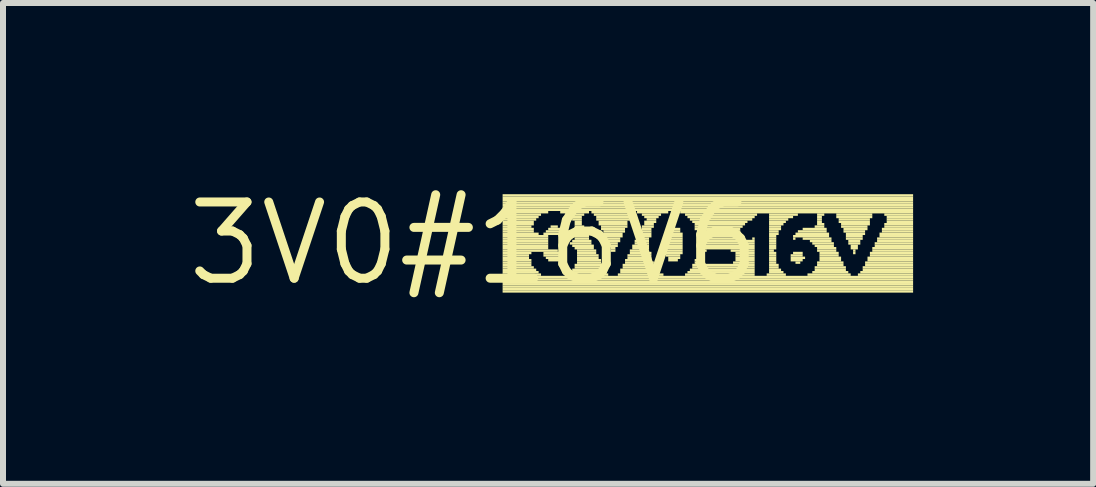
<source format=kicad_pcb>
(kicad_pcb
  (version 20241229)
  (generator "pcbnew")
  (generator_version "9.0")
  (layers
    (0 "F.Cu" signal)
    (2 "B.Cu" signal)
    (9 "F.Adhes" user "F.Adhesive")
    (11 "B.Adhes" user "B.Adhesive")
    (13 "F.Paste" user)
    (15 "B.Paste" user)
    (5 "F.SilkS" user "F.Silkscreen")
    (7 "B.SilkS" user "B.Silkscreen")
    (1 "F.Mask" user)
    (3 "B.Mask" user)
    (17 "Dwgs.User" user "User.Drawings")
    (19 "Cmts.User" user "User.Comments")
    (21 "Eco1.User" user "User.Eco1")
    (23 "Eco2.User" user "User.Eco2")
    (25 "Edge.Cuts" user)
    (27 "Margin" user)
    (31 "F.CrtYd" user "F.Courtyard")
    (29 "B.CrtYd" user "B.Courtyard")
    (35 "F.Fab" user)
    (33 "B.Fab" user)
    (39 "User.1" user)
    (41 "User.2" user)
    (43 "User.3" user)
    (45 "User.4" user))
  (footprint "3V0#16V6"
    (layer "F.Cu")
    (at 4.845 1.006)
    (property "Reference" "3V0#16V6" (at 0 0 0) (layer "F.SilkS") (effects (font (size 1.27 1.27) (thickness 0.15))))
    (fp_poly (pts (xy 0.48 -0.78) (xy 7.32 -0.78) (xy 7.32 -0.82) (xy 0.48 -0.82)) (stroke (width 0) (type solid)) (fill yes) (layer "F.SilkS"))
    (fp_poly (pts (xy 0.48 -0.74) (xy 7.32 -0.74) (xy 7.32 -0.78) (xy 0.48 -0.78)) (stroke (width 0) (type solid)) (fill yes) (layer "F.SilkS"))
    (fp_poly (pts (xy 0.48 -0.7) (xy 7.32 -0.7) (xy 7.32 -0.74) (xy 0.48 -0.74)) (stroke (width 0) (type solid)) (fill yes) (layer "F.SilkS"))
    (fp_poly (pts (xy 0.48 -0.66) (xy 7.32 -0.66) (xy 7.32 -0.7) (xy 0.48 -0.7)) (stroke (width 0) (type solid)) (fill yes) (layer "F.SilkS"))
    (fp_poly (pts (xy 0.48 -0.62) (xy 7.32 -0.62) (xy 7.32 -0.66) (xy 0.48 -0.66)) (stroke (width 0) (type solid)) (fill yes) (layer "F.SilkS"))
    (fp_poly (pts (xy 0.48 -0.58) (xy 7.32 -0.58) (xy 7.32 -0.62) (xy 0.48 -0.62)) (stroke (width 0) (type solid)) (fill yes) (layer "F.SilkS"))
    (fp_poly (pts (xy 0.48 -0.54) (xy 7.32 -0.54) (xy 7.32 -0.58) (xy 0.48 -0.58)) (stroke (width 0) (type solid)) (fill yes) (layer "F.SilkS"))
    (fp_poly (pts (xy 0.48 -0.5) (xy 1.24 -0.5) (xy 1.24 -0.54) (xy 0.48 -0.54)) (stroke (width 0) (type solid)) (fill yes) (layer "F.SilkS"))
    (fp_poly (pts (xy 0.48 -0.46) (xy 1.12 -0.46) (xy 1.12 -0.5) (xy 0.48 -0.5)) (stroke (width 0) (type solid)) (fill yes) (layer "F.SilkS"))
    (fp_poly (pts (xy 0.48 -0.42) (xy 1.08 -0.42) (xy 1.08 -0.46) (xy 0.48 -0.46)) (stroke (width 0) (type solid)) (fill yes) (layer "F.SilkS"))
    (fp_poly (pts (xy 0.48 -0.38) (xy 1.04 -0.38) (xy 1.04 -0.42) (xy 0.48 -0.42)) (stroke (width 0) (type solid)) (fill yes) (layer "F.SilkS"))
    (fp_poly (pts (xy 0.48 -0.34) (xy 1 -0.34) (xy 1 -0.38) (xy 0.48 -0.38)) (stroke (width 0) (type solid)) (fill yes) (layer "F.SilkS"))
    (fp_poly (pts (xy 0.48 -0.3) (xy 1 -0.3) (xy 1 -0.34) (xy 0.48 -0.34)) (stroke (width 0) (type solid)) (fill yes) (layer "F.SilkS"))
    (fp_poly (pts (xy 0.48 -0.26) (xy 0.96 -0.26) (xy 0.96 -0.3) (xy 0.48 -0.3)) (stroke (width 0) (type solid)) (fill yes) (layer "F.SilkS"))
    (fp_poly (pts (xy 0.48 -0.22) (xy 1 -0.22) (xy 1 -0.26) (xy 0.48 -0.26)) (stroke (width 0) (type solid)) (fill yes) (layer "F.SilkS"))
    (fp_poly (pts (xy 0.48 -0.18) (xy 1 -0.18) (xy 1 -0.22) (xy 0.48 -0.22)) (stroke (width 0) (type solid)) (fill yes) (layer "F.SilkS"))
    (fp_poly (pts (xy 0.48 -0.14) (xy 1.08 -0.14) (xy 1.08 -0.18) (xy 0.48 -0.18)) (stroke (width 0) (type solid)) (fill yes) (layer "F.SilkS"))
    (fp_poly (pts (xy 0.48 -0.1) (xy 1.24 -0.1) (xy 1.24 -0.14) (xy 0.48 -0.14)) (stroke (width 0) (type solid)) (fill yes) (layer "F.SilkS"))
    (fp_poly (pts (xy 0.48 -0.06) (xy 1.24 -0.06) (xy 1.24 -0.1) (xy 0.48 -0.1)) (stroke (width 0) (type solid)) (fill yes) (layer "F.SilkS"))
    (fp_poly (pts (xy 0.48 -0.02) (xy 1.24 -0.02) (xy 1.24 -0.06) (xy 0.48 -0.06)) (stroke (width 0) (type solid)) (fill yes) (layer "F.SilkS"))
    (fp_poly (pts (xy 0.48 0.02) (xy 1.24 0.02) (xy 1.24 -0.02) (xy 0.48 -0.02)) (stroke (width 0) (type solid)) (fill yes) (layer "F.SilkS"))
    (fp_poly (pts (xy 0.48 0.06) (xy 1.24 0.06) (xy 1.24 0.02) (xy 0.48 0.02)) (stroke (width 0) (type solid)) (fill yes) (layer "F.SilkS"))
    (fp_poly (pts (xy 0.48 0.1) (xy 1.24 0.1) (xy 1.24 0.06) (xy 0.48 0.06)) (stroke (width 0) (type solid)) (fill yes) (layer "F.SilkS"))
    (fp_poly (pts (xy 0.48 0.14) (xy 1.4 0.14) (xy 1.4 0.1) (xy 0.48 0.1)) (stroke (width 0) (type solid)) (fill yes) (layer "F.SilkS"))
    (fp_poly (pts (xy 0.48 0.18) (xy 0.96 0.18) (xy 0.96 0.14) (xy 0.48 0.14)) (stroke (width 0) (type solid)) (fill yes) (layer "F.SilkS"))
    (fp_poly (pts (xy 0.48 0.22) (xy 0.92 0.22) (xy 0.92 0.18) (xy 0.48 0.18)) (stroke (width 0) (type solid)) (fill yes) (layer "F.SilkS"))
    (fp_poly (pts (xy 0.48 0.26) (xy 0.92 0.26) (xy 0.92 0.22) (xy 0.48 0.22)) (stroke (width 0) (type solid)) (fill yes) (layer "F.SilkS"))
    (fp_poly (pts (xy 0.48 0.3) (xy 0.96 0.3) (xy 0.96 0.26) (xy 0.48 0.26)) (stroke (width 0) (type solid)) (fill yes) (layer "F.SilkS"))
    (fp_poly (pts (xy 0.48 0.34) (xy 0.96 0.34) (xy 0.96 0.3) (xy 0.48 0.3)) (stroke (width 0) (type solid)) (fill yes) (layer "F.SilkS"))
    (fp_poly (pts (xy 0.48 0.38) (xy 0.96 0.38) (xy 0.96 0.34) (xy 0.48 0.34)) (stroke (width 0) (type solid)) (fill yes) (layer "F.SilkS"))
    (fp_poly (pts (xy 0.48 0.42) (xy 1 0.42) (xy 1 0.38) (xy 0.48 0.38)) (stroke (width 0) (type solid)) (fill yes) (layer "F.SilkS"))
    (fp_poly (pts (xy 0.48 0.46) (xy 1.04 0.46) (xy 1.04 0.42) (xy 0.48 0.42)) (stroke (width 0) (type solid)) (fill yes) (layer "F.SilkS"))
    (fp_poly (pts (xy 0.48 0.5) (xy 1.08 0.5) (xy 1.08 0.46) (xy 0.48 0.46)) (stroke (width 0) (type solid)) (fill yes) (layer "F.SilkS"))
    (fp_poly (pts (xy 0.48 0.54) (xy 1.12 0.54) (xy 1.12 0.5) (xy 0.48 0.5)) (stroke (width 0) (type solid)) (fill yes) (layer "F.SilkS"))
    (fp_poly (pts (xy 0.48 0.58) (xy 7.32 0.58) (xy 7.32 0.54) (xy 0.48 0.54)) (stroke (width 0) (type solid)) (fill yes) (layer "F.SilkS"))
    (fp_poly (pts (xy 0.48 0.62) (xy 7.32 0.62) (xy 7.32 0.58) (xy 0.48 0.58)) (stroke (width 0) (type solid)) (fill yes) (layer "F.SilkS"))
    (fp_poly (pts (xy 0.48 0.66) (xy 7.32 0.66) (xy 7.32 0.62) (xy 0.48 0.62)) (stroke (width 0) (type solid)) (fill yes) (layer "F.SilkS"))
    (fp_poly (pts (xy 0.48 0.7) (xy 7.32 0.7) (xy 7.32 0.66) (xy 0.48 0.66)) (stroke (width 0) (type solid)) (fill yes) (layer "F.SilkS"))
    (fp_poly (pts (xy 0.48 0.74) (xy 7.32 0.74) (xy 7.32 0.7) (xy 0.48 0.7)) (stroke (width 0) (type solid)) (fill yes) (layer "F.SilkS"))
    (fp_poly (pts (xy 0.48 0.78) (xy 7.32 0.78) (xy 7.32 0.74) (xy 0.48 0.74)) (stroke (width 0) (type solid)) (fill yes) (layer "F.SilkS"))
    (fp_poly (pts (xy 0.48 0.82) (xy 7.32 0.82) (xy 7.32 0.78) (xy 0.48 0.78)) (stroke (width 0) (type solid)) (fill yes) (layer "F.SilkS"))
    (fp_poly (pts (xy 1.16 -0.14) (xy 1.44 -0.14) (xy 1.44 -0.18) (xy 1.16 -0.18)) (stroke (width 0) (type solid)) (fill yes) (layer "F.SilkS"))
    (fp_poly (pts (xy 1.16 0.18) (xy 1.48 0.18) (xy 1.48 0.14) (xy 1.16 0.14)) (stroke (width 0) (type solid)) (fill yes) (layer "F.SilkS"))
    (fp_poly (pts (xy 1.16 0.22) (xy 1.48 0.22) (xy 1.48 0.18) (xy 1.16 0.18)) (stroke (width 0) (type solid)) (fill yes) (layer "F.SilkS"))
    (fp_poly (pts (xy 1.2 -0.18) (xy 1.44 -0.18) (xy 1.44 -0.22) (xy 1.2 -0.22)) (stroke (width 0) (type solid)) (fill yes) (layer "F.SilkS"))
    (fp_poly (pts (xy 1.2 0.26) (xy 1.48 0.26) (xy 1.48 0.22) (xy 1.2 0.22)) (stroke (width 0) (type solid)) (fill yes) (layer "F.SilkS"))
    (fp_poly (pts (xy 1.24 -0.22) (xy 1.44 -0.22) (xy 1.44 -0.26) (xy 1.24 -0.26)) (stroke (width 0) (type solid)) (fill yes) (layer "F.SilkS"))
    (fp_poly (pts (xy 1.24 0.3) (xy 1.44 0.3) (xy 1.44 0.26) (xy 1.24 0.26)) (stroke (width 0) (type solid)) (fill yes) (layer "F.SilkS"))
    (fp_poly (pts (xy 1.28 -0.26) (xy 1.4 -0.26) (xy 1.4 -0.3) (xy 1.28 -0.3)) (stroke (width 0) (type solid)) (fill yes) (layer "F.SilkS"))
    (fp_poly (pts (xy 1.44 -0.5) (xy 1.92 -0.5) (xy 1.92 -0.54) (xy 1.44 -0.54)) (stroke (width 0) (type solid)) (fill yes) (layer "F.SilkS"))
    (fp_poly (pts (xy 1.52 -0.46) (xy 1.84 -0.46) (xy 1.84 -0.5) (xy 1.52 -0.5)) (stroke (width 0) (type solid)) (fill yes) (layer "F.SilkS"))
    (fp_poly (pts (xy 1.52 0.54) (xy 2.24 0.54) (xy 2.24 0.5) (xy 1.52 0.5)) (stroke (width 0) (type solid)) (fill yes) (layer "F.SilkS"))
    (fp_poly (pts (xy 1.6 -0.42) (xy 1.8 -0.42) (xy 1.8 -0.46) (xy 1.6 -0.46)) (stroke (width 0) (type solid)) (fill yes) (layer "F.SilkS"))
    (fp_poly (pts (xy 1.6 0.02) (xy 1.96 0.02) (xy 1.96 -0.02) (xy 1.6 -0.02)) (stroke (width 0) (type solid)) (fill yes) (layer "F.SilkS"))
    (fp_poly (pts (xy 1.6 0.5) (xy 2.2 0.5) (xy 2.2 0.46) (xy 1.6 0.46)) (stroke (width 0) (type solid)) (fill yes) (layer "F.SilkS"))
    (fp_poly (pts (xy 1.64 -0.38) (xy 1.8 -0.38) (xy 1.8 -0.42) (xy 1.64 -0.42)) (stroke (width 0) (type solid)) (fill yes) (layer "F.SilkS"))
    (fp_poly (pts (xy 1.64 -0.02) (xy 1.96 -0.02) (xy 1.96 -0.06) (xy 1.64 -0.06)) (stroke (width 0) (type solid)) (fill yes) (layer "F.SilkS"))
    (fp_poly (pts (xy 1.64 0.06) (xy 2 0.06) (xy 2 0.02) (xy 1.64 0.02)) (stroke (width 0) (type solid)) (fill yes) (layer "F.SilkS"))
    (fp_poly (pts (xy 1.64 0.46) (xy 2.2 0.46) (xy 2.2 0.42) (xy 1.64 0.42)) (stroke (width 0) (type solid)) (fill yes) (layer "F.SilkS"))
    (fp_poly (pts (xy 1.68 -0.34) (xy 1.8 -0.34) (xy 1.8 -0.38) (xy 1.68 -0.38)) (stroke (width 0) (type solid)) (fill yes) (layer "F.SilkS"))
    (fp_poly (pts (xy 1.68 -0.3) (xy 1.8 -0.3) (xy 1.8 -0.34) (xy 1.68 -0.34)) (stroke (width 0) (type solid)) (fill yes) (layer "F.SilkS"))
    (fp_poly (pts (xy 1.68 -0.26) (xy 1.84 -0.26) (xy 1.84 -0.3) (xy 1.68 -0.3)) (stroke (width 0) (type solid)) (fill yes) (layer "F.SilkS"))
    (fp_poly (pts (xy 1.68 -0.1) (xy 1.92 -0.1) (xy 1.92 -0.14) (xy 1.68 -0.14)) (stroke (width 0) (type solid)) (fill yes) (layer "F.SilkS"))
    (fp_poly (pts (xy 1.68 -0.06) (xy 1.92 -0.06) (xy 1.92 -0.1) (xy 1.68 -0.1)) (stroke (width 0) (type solid)) (fill yes) (layer "F.SilkS"))
    (fp_poly (pts (xy 1.68 0.1) (xy 2 0.1) (xy 2 0.06) (xy 1.68 0.06)) (stroke (width 0) (type solid)) (fill yes) (layer "F.SilkS"))
    (fp_poly (pts (xy 1.68 0.38) (xy 2.16 0.38) (xy 2.16 0.34) (xy 1.68 0.34)) (stroke (width 0) (type solid)) (fill yes) (layer "F.SilkS"))
    (fp_poly (pts (xy 1.68 0.42) (xy 2.16 0.42) (xy 2.16 0.38) (xy 1.68 0.38)) (stroke (width 0) (type solid)) (fill yes) (layer "F.SilkS"))
    (fp_poly (pts (xy 1.72 -0.22) (xy 1.84 -0.22) (xy 1.84 -0.26) (xy 1.72 -0.26)) (stroke (width 0) (type solid)) (fill yes) (layer "F.SilkS"))
    (fp_poly (pts (xy 1.72 -0.18) (xy 1.88 -0.18) (xy 1.88 -0.22) (xy 1.72 -0.22)) (stroke (width 0) (type solid)) (fill yes) (layer "F.SilkS"))
    (fp_poly (pts (xy 1.72 -0.14) (xy 1.88 -0.14) (xy 1.88 -0.18) (xy 1.72 -0.18)) (stroke (width 0) (type solid)) (fill yes) (layer "F.SilkS"))
    (fp_poly (pts (xy 1.72 0.14) (xy 2.04 0.14) (xy 2.04 0.1) (xy 1.72 0.1)) (stroke (width 0) (type solid)) (fill yes) (layer "F.SilkS"))
    (fp_poly (pts (xy 1.72 0.18) (xy 2.04 0.18) (xy 2.04 0.14) (xy 1.72 0.14)) (stroke (width 0) (type solid)) (fill yes) (layer "F.SilkS"))
    (fp_poly (pts (xy 1.72 0.22) (xy 2.08 0.22) (xy 2.08 0.18) (xy 1.72 0.18)) (stroke (width 0) (type solid)) (fill yes) (layer "F.SilkS"))
    (fp_poly (pts (xy 1.72 0.26) (xy 2.08 0.26) (xy 2.08 0.22) (xy 1.72 0.22)) (stroke (width 0) (type solid)) (fill yes) (layer "F.SilkS"))
    (fp_poly (pts (xy 1.72 0.3) (xy 2.12 0.3) (xy 2.12 0.26) (xy 1.72 0.26)) (stroke (width 0) (type solid)) (fill yes) (layer "F.SilkS"))
    (fp_poly (pts (xy 1.72 0.34) (xy 2.12 0.34) (xy 2.12 0.3) (xy 1.72 0.3)) (stroke (width 0) (type solid)) (fill yes) (layer "F.SilkS"))
    (fp_poly (pts (xy 1.96 -0.5) (xy 2.68 -0.5) (xy 2.68 -0.54) (xy 1.96 -0.54)) (stroke (width 0) (type solid)) (fill yes) (layer "F.SilkS"))
    (fp_poly (pts (xy 2 -0.46) (xy 2.64 -0.46) (xy 2.64 -0.5) (xy 2 -0.5)) (stroke (width 0) (type solid)) (fill yes) (layer "F.SilkS"))
    (fp_poly (pts (xy 2.04 -0.42) (xy 2.6 -0.42) (xy 2.6 -0.46) (xy 2.04 -0.46)) (stroke (width 0) (type solid)) (fill yes) (layer "F.SilkS"))
    (fp_poly (pts (xy 2.04 -0.38) (xy 2.6 -0.38) (xy 2.6 -0.42) (xy 2.04 -0.42)) (stroke (width 0) (type solid)) (fill yes) (layer "F.SilkS"))
    (fp_poly (pts (xy 2.08 -0.34) (xy 2.56 -0.34) (xy 2.56 -0.38) (xy 2.08 -0.38)) (stroke (width 0) (type solid)) (fill yes) (layer "F.SilkS"))
    (fp_poly (pts (xy 2.08 -0.3) (xy 2.56 -0.3) (xy 2.56 -0.34) (xy 2.08 -0.34)) (stroke (width 0) (type solid)) (fill yes) (layer "F.SilkS"))
    (fp_poly (pts (xy 2.12 -0.26) (xy 2.56 -0.26) (xy 2.56 -0.3) (xy 2.12 -0.3)) (stroke (width 0) (type solid)) (fill yes) (layer "F.SilkS"))
    (fp_poly (pts (xy 2.12 -0.22) (xy 2.52 -0.22) (xy 2.52 -0.26) (xy 2.12 -0.26)) (stroke (width 0) (type solid)) (fill yes) (layer "F.SilkS"))
    (fp_poly (pts (xy 2.16 -0.18) (xy 2.52 -0.18) (xy 2.52 -0.22) (xy 2.16 -0.22)) (stroke (width 0) (type solid)) (fill yes) (layer "F.SilkS"))
    (fp_poly (pts (xy 2.16 -0.14) (xy 2.48 -0.14) (xy 2.48 -0.18) (xy 2.16 -0.18)) (stroke (width 0) (type solid)) (fill yes) (layer "F.SilkS"))
    (fp_poly (pts (xy 2.16 -0.1) (xy 2.48 -0.1) (xy 2.48 -0.14) (xy 2.16 -0.14)) (stroke (width 0) (type solid)) (fill yes) (layer "F.SilkS"))
    (fp_poly (pts (xy 2.2 -0.06) (xy 2.44 -0.06) (xy 2.44 -0.1) (xy 2.2 -0.1)) (stroke (width 0) (type solid)) (fill yes) (layer "F.SilkS"))
    (fp_poly (pts (xy 2.2 -0.02) (xy 2.44 -0.02) (xy 2.44 -0.06) (xy 2.2 -0.06)) (stroke (width 0) (type solid)) (fill yes) (layer "F.SilkS"))
    (fp_poly (pts (xy 2.24 0.02) (xy 2.4 0.02) (xy 2.4 -0.02) (xy 2.24 -0.02)) (stroke (width 0) (type solid)) (fill yes) (layer "F.SilkS"))
    (fp_poly (pts (xy 2.24 0.06) (xy 2.4 0.06) (xy 2.4 0.02) (xy 2.24 0.02)) (stroke (width 0) (type solid)) (fill yes) (layer "F.SilkS"))
    (fp_poly (pts (xy 2.28 0.1) (xy 2.36 0.1) (xy 2.36 0.06) (xy 2.28 0.06)) (stroke (width 0) (type solid)) (fill yes) (layer "F.SilkS"))
    (fp_poly (pts (xy 2.28 0.14) (xy 2.36 0.14) (xy 2.36 0.1) (xy 2.28 0.1)) (stroke (width 0) (type solid)) (fill yes) (layer "F.SilkS"))
    (fp_poly (pts (xy 2.4 0.54) (xy 3.16 0.54) (xy 3.16 0.5) (xy 2.4 0.5)) (stroke (width 0) (type solid)) (fill yes) (layer "F.SilkS"))
    (fp_poly (pts (xy 2.44 0.46) (xy 3.04 0.46) (xy 3.04 0.42) (xy 2.44 0.42)) (stroke (width 0) (type solid)) (fill yes) (layer "F.SilkS"))
    (fp_poly (pts (xy 2.44 0.5) (xy 3.08 0.5) (xy 3.08 0.46) (xy 2.44 0.46)) (stroke (width 0) (type solid)) (fill yes) (layer "F.SilkS"))
    (fp_poly (pts (xy 2.48 0.38) (xy 3 0.38) (xy 3 0.34) (xy 2.48 0.34)) (stroke (width 0) (type solid)) (fill yes) (layer "F.SilkS"))
    (fp_poly (pts (xy 2.48 0.42) (xy 3.04 0.42) (xy 3.04 0.38) (xy 2.48 0.38)) (stroke (width 0) (type solid)) (fill yes) (layer "F.SilkS"))
    (fp_poly (pts (xy 2.52 0.3) (xy 2.96 0.3) (xy 2.96 0.26) (xy 2.52 0.26)) (stroke (width 0) (type solid)) (fill yes) (layer "F.SilkS"))
    (fp_poly (pts (xy 2.52 0.34) (xy 3 0.34) (xy 3 0.3) (xy 2.52 0.3)) (stroke (width 0) (type solid)) (fill yes) (layer "F.SilkS"))
    (fp_poly (pts (xy 2.56 0.22) (xy 2.96 0.22) (xy 2.96 0.18) (xy 2.56 0.18)) (stroke (width 0) (type solid)) (fill yes) (layer "F.SilkS"))
    (fp_poly (pts (xy 2.56 0.26) (xy 2.96 0.26) (xy 2.96 0.22) (xy 2.56 0.22)) (stroke (width 0) (type solid)) (fill yes) (layer "F.SilkS"))
    (fp_poly (pts (xy 2.6 0.14) (xy 2.92 0.14) (xy 2.92 0.1) (xy 2.6 0.1)) (stroke (width 0) (type solid)) (fill yes) (layer "F.SilkS"))
    (fp_poly (pts (xy 2.6 0.18) (xy 2.96 0.18) (xy 2.96 0.14) (xy 2.6 0.14)) (stroke (width 0) (type solid)) (fill yes) (layer "F.SilkS"))
    (fp_poly (pts (xy 2.64 0.06) (xy 2.92 0.06) (xy 2.92 0.02) (xy 2.64 0.02)) (stroke (width 0) (type solid)) (fill yes) (layer "F.SilkS"))
    (fp_poly (pts (xy 2.64 0.1) (xy 2.92 0.1) (xy 2.92 0.06) (xy 2.64 0.06)) (stroke (width 0) (type solid)) (fill yes) (layer "F.SilkS"))
    (fp_poly (pts (xy 2.68 -0.02) (xy 2.92 -0.02) (xy 2.92 -0.06) (xy 2.68 -0.06)) (stroke (width 0) (type solid)) (fill yes) (layer "F.SilkS"))
    (fp_poly (pts (xy 2.68 0.02) (xy 2.92 0.02) (xy 2.92 -0.02) (xy 2.68 -0.02)) (stroke (width 0) (type solid)) (fill yes) (layer "F.SilkS"))
    (fp_poly (pts (xy 2.72 -0.5) (xy 3.24 -0.5) (xy 3.24 -0.54) (xy 2.72 -0.54)) (stroke (width 0) (type solid)) (fill yes) (layer "F.SilkS"))
    (fp_poly (pts (xy 2.72 -0.1) (xy 2.96 -0.1) (xy 2.96 -0.14) (xy 2.72 -0.14)) (stroke (width 0) (type solid)) (fill yes) (layer "F.SilkS"))
    (fp_poly (pts (xy 2.72 -0.06) (xy 2.92 -0.06) (xy 2.92 -0.1) (xy 2.72 -0.1)) (stroke (width 0) (type solid)) (fill yes) (layer "F.SilkS"))
    (fp_poly (pts (xy 2.76 -0.18) (xy 2.96 -0.18) (xy 2.96 -0.22) (xy 2.76 -0.22)) (stroke (width 0) (type solid)) (fill yes) (layer "F.SilkS"))
    (fp_poly (pts (xy 2.76 -0.14) (xy 2.96 -0.14) (xy 2.96 -0.18) (xy 2.76 -0.18)) (stroke (width 0) (type solid)) (fill yes) (layer "F.SilkS"))
    (fp_poly (pts (xy 2.8 -0.46) (xy 3.12 -0.46) (xy 3.12 -0.5) (xy 2.8 -0.5)) (stroke (width 0) (type solid)) (fill yes) (layer "F.SilkS"))
    (fp_poly (pts (xy 2.8 -0.26) (xy 3 -0.26) (xy 3 -0.3) (xy 2.8 -0.3)) (stroke (width 0) (type solid)) (fill yes) (layer "F.SilkS"))
    (fp_poly (pts (xy 2.8 -0.22) (xy 2.96 -0.22) (xy 2.96 -0.26) (xy 2.8 -0.26)) (stroke (width 0) (type solid)) (fill yes) (layer "F.SilkS"))
    (fp_poly (pts (xy 2.84 -0.42) (xy 3.08 -0.42) (xy 3.08 -0.46) (xy 2.84 -0.46)) (stroke (width 0) (type solid)) (fill yes) (layer "F.SilkS"))
    (fp_poly (pts (xy 2.84 -0.34) (xy 3.04 -0.34) (xy 3.04 -0.38) (xy 2.84 -0.38)) (stroke (width 0) (type solid)) (fill yes) (layer "F.SilkS"))
    (fp_poly (pts (xy 2.84 -0.3) (xy 3 -0.3) (xy 3 -0.34) (xy 2.84 -0.34)) (stroke (width 0) (type solid)) (fill yes) (layer "F.SilkS"))
    (fp_poly (pts (xy 2.88 -0.38) (xy 3.04 -0.38) (xy 3.04 -0.42) (xy 2.88 -0.42)) (stroke (width 0) (type solid)) (fill yes) (layer "F.SilkS"))
    (fp_poly (pts (xy 3.2 -0.18) (xy 3.44 -0.18) (xy 3.44 -0.22) (xy 3.2 -0.22)) (stroke (width 0) (type solid)) (fill yes) (layer "F.SilkS"))
    (fp_poly (pts (xy 3.2 -0.14) (xy 3.48 -0.14) (xy 3.48 -0.18) (xy 3.2 -0.18)) (stroke (width 0) (type solid)) (fill yes) (layer "F.SilkS"))
    (fp_poly (pts (xy 3.2 -0.1) (xy 3.48 -0.1) (xy 3.48 -0.14) (xy 3.2 -0.14)) (stroke (width 0) (type solid)) (fill yes) (layer "F.SilkS"))
    (fp_poly (pts (xy 3.2 -0.06) (xy 3.48 -0.06) (xy 3.48 -0.1) (xy 3.2 -0.1)) (stroke (width 0) (type solid)) (fill yes) (layer "F.SilkS"))
    (fp_poly (pts (xy 3.2 -0.02) (xy 3.48 -0.02) (xy 3.48 -0.06) (xy 3.2 -0.06)) (stroke (width 0) (type solid)) (fill yes) (layer "F.SilkS"))
    (fp_poly (pts (xy 3.2 0.02) (xy 3.48 0.02) (xy 3.48 -0.02) (xy 3.2 -0.02)) (stroke (width 0) (type solid)) (fill yes) (layer "F.SilkS"))
    (fp_poly (pts (xy 3.2 0.06) (xy 3.48 0.06) (xy 3.48 0.02) (xy 3.2 0.02)) (stroke (width 0) (type solid)) (fill yes) (layer "F.SilkS"))
    (fp_poly (pts (xy 3.2 0.1) (xy 3.48 0.1) (xy 3.48 0.06) (xy 3.2 0.06)) (stroke (width 0) (type solid)) (fill yes) (layer "F.SilkS"))
    (fp_poly (pts (xy 3.2 0.14) (xy 3.48 0.14) (xy 3.48 0.1) (xy 3.2 0.1)) (stroke (width 0) (type solid)) (fill yes) (layer "F.SilkS"))
    (fp_poly (pts (xy 3.2 0.18) (xy 3.48 0.18) (xy 3.48 0.14) (xy 3.2 0.14)) (stroke (width 0) (type solid)) (fill yes) (layer "F.SilkS"))
    (fp_poly (pts (xy 3.2 0.22) (xy 3.44 0.22) (xy 3.44 0.18) (xy 3.2 0.18)) (stroke (width 0) (type solid)) (fill yes) (layer "F.SilkS"))
    (fp_poly (pts (xy 3.24 -0.22) (xy 3.44 -0.22) (xy 3.44 -0.26) (xy 3.24 -0.26)) (stroke (width 0) (type solid)) (fill yes) (layer "F.SilkS"))
    (fp_poly (pts (xy 3.24 0.26) (xy 3.44 0.26) (xy 3.44 0.22) (xy 3.24 0.22)) (stroke (width 0) (type solid)) (fill yes) (layer "F.SilkS"))
    (fp_poly (pts (xy 3.24 0.3) (xy 3.4 0.3) (xy 3.4 0.26) (xy 3.24 0.26)) (stroke (width 0) (type solid)) (fill yes) (layer "F.SilkS"))
    (fp_poly (pts (xy 3.44 -0.5) (xy 7.32 -0.5) (xy 7.32 -0.54) (xy 3.44 -0.54)) (stroke (width 0) (type solid)) (fill yes) (layer "F.SilkS"))
    (fp_poly (pts (xy 3.52 -0.46) (xy 4.72 -0.46) (xy 4.72 -0.5) (xy 3.52 -0.5)) (stroke (width 0) (type solid)) (fill yes) (layer "F.SilkS"))
    (fp_poly (pts (xy 3.52 0.54) (xy 4.68 0.54) (xy 4.68 0.5) (xy 3.52 0.5)) (stroke (width 0) (type solid)) (fill yes) (layer "F.SilkS"))
    (fp_poly (pts (xy 3.56 -0.42) (xy 4.68 -0.42) (xy 4.68 -0.46) (xy 3.56 -0.46)) (stroke (width 0) (type solid)) (fill yes) (layer "F.SilkS"))
    (fp_poly (pts (xy 3.56 0.5) (xy 4.68 0.5) (xy 4.68 0.46) (xy 3.56 0.46)) (stroke (width 0) (type solid)) (fill yes) (layer "F.SilkS"))
    (fp_poly (pts (xy 3.6 -0.38) (xy 4.64 -0.38) (xy 4.64 -0.42) (xy 3.6 -0.42)) (stroke (width 0) (type solid)) (fill yes) (layer "F.SilkS"))
    (fp_poly (pts (xy 3.6 0.46) (xy 4.68 0.46) (xy 4.68 0.42) (xy 3.6 0.42)) (stroke (width 0) (type solid)) (fill yes) (layer "F.SilkS"))
    (fp_poly (pts (xy 3.64 -0.34) (xy 4.56 -0.34) (xy 4.56 -0.38) (xy 3.64 -0.38)) (stroke (width 0) (type solid)) (fill yes) (layer "F.SilkS"))
    (fp_poly (pts (xy 3.64 0.38) (xy 4.68 0.38) (xy 4.68 0.34) (xy 3.64 0.34)) (stroke (width 0) (type solid)) (fill yes) (layer "F.SilkS"))
    (fp_poly (pts (xy 3.64 0.42) (xy 4.68 0.42) (xy 4.68 0.38) (xy 3.64 0.38)) (stroke (width 0) (type solid)) (fill yes) (layer "F.SilkS"))
    (fp_poly (pts (xy 3.68 -0.3) (xy 4.52 -0.3) (xy 4.52 -0.34) (xy 3.68 -0.34)) (stroke (width 0) (type solid)) (fill yes) (layer "F.SilkS"))
    (fp_poly (pts (xy 3.68 -0.26) (xy 4.48 -0.26) (xy 4.48 -0.3) (xy 3.68 -0.3)) (stroke (width 0) (type solid)) (fill yes) (layer "F.SilkS"))
    (fp_poly (pts (xy 3.68 -0.22) (xy 4.44 -0.22) (xy 4.44 -0.26) (xy 3.68 -0.26)) (stroke (width 0) (type solid)) (fill yes) (layer "F.SilkS"))
    (fp_poly (pts (xy 3.68 0.3) (xy 3.8 0.3) (xy 3.8 0.26) (xy 3.68 0.26)) (stroke (width 0) (type solid)) (fill yes) (layer "F.SilkS"))
    (fp_poly (pts (xy 3.68 0.34) (xy 3.84 0.34) (xy 3.84 0.3) (xy 3.68 0.3)) (stroke (width 0) (type solid)) (fill yes) (layer "F.SilkS"))
    (fp_poly (pts (xy 3.72 -0.18) (xy 4.44 -0.18) (xy 4.44 -0.22) (xy 3.72 -0.22)) (stroke (width 0) (type solid)) (fill yes) (layer "F.SilkS"))
    (fp_poly (pts (xy 3.72 -0.14) (xy 4.44 -0.14) (xy 4.44 -0.18) (xy 3.72 -0.18)) (stroke (width 0) (type solid)) (fill yes) (layer "F.SilkS"))
    (fp_poly (pts (xy 3.72 -0.1) (xy 4.44 -0.1) (xy 4.44 -0.14) (xy 3.72 -0.14)) (stroke (width 0) (type solid)) (fill yes) (layer "F.SilkS"))
    (fp_poly (pts (xy 3.72 -0.06) (xy 4.48 -0.06) (xy 4.48 -0.1) (xy 3.72 -0.1)) (stroke (width 0) (type solid)) (fill yes) (layer "F.SilkS"))
    (fp_poly (pts (xy 3.72 -0.02) (xy 4.68 -0.02) (xy 4.68 -0.06) (xy 3.72 -0.06)) (stroke (width 0) (type solid)) (fill yes) (layer "F.SilkS"))
    (fp_poly (pts (xy 3.72 0.02) (xy 4.68 0.02) (xy 4.68 -0.02) (xy 3.72 -0.02)) (stroke (width 0) (type solid)) (fill yes) (layer "F.SilkS"))
    (fp_poly (pts (xy 3.72 0.06) (xy 4.68 0.06) (xy 4.68 0.02) (xy 3.72 0.02)) (stroke (width 0) (type solid)) (fill yes) (layer "F.SilkS"))
    (fp_poly (pts (xy 3.72 0.1) (xy 4.68 0.1) (xy 4.68 0.06) (xy 3.72 0.06)) (stroke (width 0) (type solid)) (fill yes) (layer "F.SilkS"))
    (fp_poly (pts (xy 3.72 0.14) (xy 3.88 0.14) (xy 3.88 0.1) (xy 3.72 0.1)) (stroke (width 0) (type solid)) (fill yes) (layer "F.SilkS"))
    (fp_poly (pts (xy 3.72 0.18) (xy 3.84 0.18) (xy 3.84 0.14) (xy 3.72 0.14)) (stroke (width 0) (type solid)) (fill yes) (layer "F.SilkS"))
    (fp_poly (pts (xy 3.72 0.22) (xy 3.8 0.22) (xy 3.8 0.18) (xy 3.72 0.18)) (stroke (width 0) (type solid)) (fill yes) (layer "F.SilkS"))
    (fp_poly (pts (xy 3.72 0.26) (xy 3.8 0.26) (xy 3.8 0.22) (xy 3.72 0.22)) (stroke (width 0) (type solid)) (fill yes) (layer "F.SilkS"))
    (fp_poly (pts (xy 4.28 0.14) (xy 4.68 0.14) (xy 4.68 0.1) (xy 4.28 0.1)) (stroke (width 0) (type solid)) (fill yes) (layer "F.SilkS"))
    (fp_poly (pts (xy 4.32 0.34) (xy 4.68 0.34) (xy 4.68 0.3) (xy 4.32 0.3)) (stroke (width 0) (type solid)) (fill yes) (layer "F.SilkS"))
    (fp_poly (pts (xy 4.36 0.18) (xy 4.68 0.18) (xy 4.68 0.14) (xy 4.36 0.14)) (stroke (width 0) (type solid)) (fill yes) (layer "F.SilkS"))
    (fp_poly (pts (xy 4.36 0.22) (xy 4.68 0.22) (xy 4.68 0.18) (xy 4.36 0.18)) (stroke (width 0) (type solid)) (fill yes) (layer "F.SilkS"))
    (fp_poly (pts (xy 4.36 0.26) (xy 4.68 0.26) (xy 4.68 0.22) (xy 4.36 0.22)) (stroke (width 0) (type solid)) (fill yes) (layer "F.SilkS"))
    (fp_poly (pts (xy 4.36 0.3) (xy 4.68 0.3) (xy 4.68 0.26) (xy 4.36 0.26)) (stroke (width 0) (type solid)) (fill yes) (layer "F.SilkS"))
    (fp_poly (pts (xy 4.64 -0.06) (xy 4.68 -0.06) (xy 4.68 -0.1) (xy 4.64 -0.1)) (stroke (width 0) (type solid)) (fill yes) (layer "F.SilkS"))
    (fp_poly (pts (xy 4.88 0.54) (xy 5.2 0.54) (xy 5.2 0.5) (xy 4.88 0.5)) (stroke (width 0) (type solid)) (fill yes) (layer "F.SilkS"))
    (fp_poly (pts (xy 4.92 -0.46) (xy 5.4 -0.46) (xy 5.4 -0.5) (xy 4.92 -0.5)) (stroke (width 0) (type solid)) (fill yes) (layer "F.SilkS"))
    (fp_poly (pts (xy 4.92 -0.42) (xy 5.32 -0.42) (xy 5.32 -0.46) (xy 4.92 -0.46)) (stroke (width 0) (type solid)) (fill yes) (layer "F.SilkS"))
    (fp_poly (pts (xy 4.92 -0.38) (xy 5.24 -0.38) (xy 5.24 -0.42) (xy 4.92 -0.42)) (stroke (width 0) (type solid)) (fill yes) (layer "F.SilkS"))
    (fp_poly (pts (xy 4.92 -0.34) (xy 5.2 -0.34) (xy 5.2 -0.38) (xy 4.92 -0.38)) (stroke (width 0) (type solid)) (fill yes) (layer "F.SilkS"))
    (fp_poly (pts (xy 4.92 -0.3) (xy 5.16 -0.3) (xy 5.16 -0.34) (xy 4.92 -0.34)) (stroke (width 0) (type solid)) (fill yes) (layer "F.SilkS"))
    (fp_poly (pts (xy 4.92 -0.26) (xy 5.12 -0.26) (xy 5.12 -0.3) (xy 4.92 -0.3)) (stroke (width 0) (type solid)) (fill yes) (layer "F.SilkS"))
    (fp_poly (pts (xy 4.92 -0.22) (xy 5.12 -0.22) (xy 5.12 -0.26) (xy 4.92 -0.26)) (stroke (width 0) (type solid)) (fill yes) (layer "F.SilkS"))
    (fp_poly (pts (xy 4.92 -0.18) (xy 5.08 -0.18) (xy 5.08 -0.22) (xy 4.92 -0.22)) (stroke (width 0) (type solid)) (fill yes) (layer "F.SilkS"))
    (fp_poly (pts (xy 4.92 -0.14) (xy 5.08 -0.14) (xy 5.08 -0.18) (xy 4.92 -0.18)) (stroke (width 0) (type solid)) (fill yes) (layer "F.SilkS"))
    (fp_poly (pts (xy 4.92 -0.1) (xy 5.04 -0.1) (xy 5.04 -0.14) (xy 4.92 -0.14)) (stroke (width 0) (type solid)) (fill yes) (layer "F.SilkS"))
    (fp_poly (pts (xy 4.92 -0.06) (xy 5.04 -0.06) (xy 5.04 -0.1) (xy 4.92 -0.1)) (stroke (width 0) (type solid)) (fill yes) (layer "F.SilkS"))
    (fp_poly (pts (xy 4.92 -0.02) (xy 5.04 -0.02) (xy 5.04 -0.06) (xy 4.92 -0.06)) (stroke (width 0) (type solid)) (fill yes) (layer "F.SilkS"))
    (fp_poly (pts (xy 4.92 0.02) (xy 5.04 0.02) (xy 5.04 -0.02) (xy 4.92 -0.02)) (stroke (width 0) (type solid)) (fill yes) (layer "F.SilkS"))
    (fp_poly (pts (xy 4.92 0.06) (xy 5.04 0.06) (xy 5.04 0.02) (xy 4.92 0.02)) (stroke (width 0) (type solid)) (fill yes) (layer "F.SilkS"))
    (fp_poly (pts (xy 4.92 0.1) (xy 5.04 0.1) (xy 5.04 0.06) (xy 4.92 0.06)) (stroke (width 0) (type solid)) (fill yes) (layer "F.SilkS"))
    (fp_poly (pts (xy 4.92 0.14) (xy 5 0.14) (xy 5 0.1) (xy 4.92 0.1)) (stroke (width 0) (type solid)) (fill yes) (layer "F.SilkS"))
    (fp_poly (pts (xy 4.92 0.18) (xy 5.04 0.18) (xy 5.04 0.14) (xy 4.92 0.14)) (stroke (width 0) (type solid)) (fill yes) (layer "F.SilkS"))
    (fp_poly (pts (xy 4.92 0.22) (xy 5.04 0.22) (xy 5.04 0.18) (xy 4.92 0.18)) (stroke (width 0) (type solid)) (fill yes) (layer "F.SilkS"))
    (fp_poly (pts (xy 4.92 0.26) (xy 5.04 0.26) (xy 5.04 0.22) (xy 4.92 0.22)) (stroke (width 0) (type solid)) (fill yes) (layer "F.SilkS"))
    (fp_poly (pts (xy 4.92 0.3) (xy 5.04 0.3) (xy 5.04 0.26) (xy 4.92 0.26)) (stroke (width 0) (type solid)) (fill yes) (layer "F.SilkS"))
    (fp_poly (pts (xy 4.92 0.34) (xy 5.04 0.34) (xy 5.04 0.3) (xy 4.92 0.3)) (stroke (width 0) (type solid)) (fill yes) (layer "F.SilkS"))
    (fp_poly (pts (xy 4.92 0.38) (xy 5.08 0.38) (xy 5.08 0.34) (xy 4.92 0.34)) (stroke (width 0) (type solid)) (fill yes) (layer "F.SilkS"))
    (fp_poly (pts (xy 4.92 0.42) (xy 5.08 0.42) (xy 5.08 0.38) (xy 4.92 0.38)) (stroke (width 0) (type solid)) (fill yes) (layer "F.SilkS"))
    (fp_poly (pts (xy 4.92 0.46) (xy 5.12 0.46) (xy 5.12 0.42) (xy 4.92 0.42)) (stroke (width 0) (type solid)) (fill yes) (layer "F.SilkS"))
    (fp_poly (pts (xy 4.92 0.5) (xy 5.16 0.5) (xy 5.16 0.46) (xy 4.92 0.46)) (stroke (width 0) (type solid)) (fill yes) (layer "F.SilkS"))
    (fp_poly (pts (xy 5.28 0.22) (xy 5.48 0.22) (xy 5.48 0.18) (xy 5.28 0.18)) (stroke (width 0) (type solid)) (fill yes) (layer "F.SilkS"))
    (fp_poly (pts (xy 5.28 0.26) (xy 5.52 0.26) (xy 5.52 0.22) (xy 5.28 0.22)) (stroke (width 0) (type solid)) (fill yes) (layer "F.SilkS"))
    (fp_poly (pts (xy 5.28 0.3) (xy 5.48 0.3) (xy 5.48 0.26) (xy 5.28 0.26)) (stroke (width 0) (type solid)) (fill yes) (layer "F.SilkS"))
    (fp_poly (pts (xy 5.32 -0.1) (xy 5.92 -0.1) (xy 5.92 -0.14) (xy 5.32 -0.14)) (stroke (width 0) (type solid)) (fill yes) (layer "F.SilkS"))
    (fp_poly (pts (xy 5.32 -0.06) (xy 5.36 -0.06) (xy 5.36 -0.1) (xy 5.32 -0.1)) (stroke (width 0) (type solid)) (fill yes) (layer "F.SilkS"))
    (fp_poly (pts (xy 5.32 0.18) (xy 5.48 0.18) (xy 5.48 0.14) (xy 5.32 0.14)) (stroke (width 0) (type solid)) (fill yes) (layer "F.SilkS"))
    (fp_poly (pts (xy 5.36 -0.14) (xy 5.92 -0.14) (xy 5.92 -0.18) (xy 5.36 -0.18)) (stroke (width 0) (type solid)) (fill yes) (layer "F.SilkS"))
    (fp_poly (pts (xy 5.36 0.34) (xy 5.44 0.34) (xy 5.44 0.3) (xy 5.36 0.3)) (stroke (width 0) (type solid)) (fill yes) (layer "F.SilkS"))
    (fp_poly (pts (xy 5.4 -0.18) (xy 5.88 -0.18) (xy 5.88 -0.22) (xy 5.4 -0.22)) (stroke (width 0) (type solid)) (fill yes) (layer "F.SilkS"))
    (fp_poly (pts (xy 5.48 -0.22) (xy 5.88 -0.22) (xy 5.88 -0.26) (xy 5.48 -0.26)) (stroke (width 0) (type solid)) (fill yes) (layer "F.SilkS"))
    (fp_poly (pts (xy 5.48 -0.06) (xy 5.96 -0.06) (xy 5.96 -0.1) (xy 5.48 -0.1)) (stroke (width 0) (type solid)) (fill yes) (layer "F.SilkS"))
    (fp_poly (pts (xy 5.56 0.54) (xy 6.28 0.54) (xy 6.28 0.5) (xy 5.56 0.5)) (stroke (width 0) (type solid)) (fill yes) (layer "F.SilkS"))
    (fp_poly (pts (xy 5.6 -0.02) (xy 5.96 -0.02) (xy 5.96 -0.06) (xy 5.6 -0.06)) (stroke (width 0) (type solid)) (fill yes) (layer "F.SilkS"))
    (fp_poly (pts (xy 5.64 0.02) (xy 6 0.02) (xy 6 -0.02) (xy 5.64 -0.02)) (stroke (width 0) (type solid)) (fill yes) (layer "F.SilkS"))
    (fp_poly (pts (xy 5.64 0.5) (xy 6.24 0.5) (xy 6.24 0.46) (xy 5.64 0.46)) (stroke (width 0) (type solid)) (fill yes) (layer "F.SilkS"))
    (fp_poly (pts (xy 5.68 -0.26) (xy 5.84 -0.26) (xy 5.84 -0.3) (xy 5.68 -0.3)) (stroke (width 0) (type solid)) (fill yes) (layer "F.SilkS"))
    (fp_poly (pts (xy 5.68 0.06) (xy 6 0.06) (xy 6 0.02) (xy 5.68 0.02)) (stroke (width 0) (type solid)) (fill yes) (layer "F.SilkS"))
    (fp_poly (pts (xy 5.68 0.42) (xy 6.2 0.42) (xy 6.2 0.38) (xy 5.68 0.38)) (stroke (width 0) (type solid)) (fill yes) (layer "F.SilkS"))
    (fp_poly (pts (xy 5.68 0.46) (xy 6.2 0.46) (xy 6.2 0.42) (xy 5.68 0.42)) (stroke (width 0) (type solid)) (fill yes) (layer "F.SilkS"))
    (fp_poly (pts (xy 5.72 -0.46) (xy 5.84 -0.46) (xy 5.84 -0.5) (xy 5.72 -0.5)) (stroke (width 0) (type solid)) (fill yes) (layer "F.SilkS"))
    (fp_poly (pts (xy 5.72 -0.42) (xy 5.8 -0.42) (xy 5.8 -0.46) (xy 5.72 -0.46)) (stroke (width 0) (type solid)) (fill yes) (layer "F.SilkS"))
    (fp_poly (pts (xy 5.72 -0.38) (xy 5.8 -0.38) (xy 5.8 -0.42) (xy 5.72 -0.42)) (stroke (width 0) (type solid)) (fill yes) (layer "F.SilkS"))
    (fp_poly (pts (xy 5.72 -0.34) (xy 5.8 -0.34) (xy 5.8 -0.38) (xy 5.72 -0.38)) (stroke (width 0) (type solid)) (fill yes) (layer "F.SilkS"))
    (fp_poly (pts (xy 5.72 -0.3) (xy 5.84 -0.3) (xy 5.84 -0.34) (xy 5.72 -0.34)) (stroke (width 0) (type solid)) (fill yes) (layer "F.SilkS"))
    (fp_poly (pts (xy 5.72 0.1) (xy 6.04 0.1) (xy 6.04 0.06) (xy 5.72 0.06)) (stroke (width 0) (type solid)) (fill yes) (layer "F.SilkS"))
    (fp_poly (pts (xy 5.72 0.14) (xy 6.04 0.14) (xy 6.04 0.1) (xy 5.72 0.1)) (stroke (width 0) (type solid)) (fill yes) (layer "F.SilkS"))
    (fp_poly (pts (xy 5.72 0.34) (xy 6.16 0.34) (xy 6.16 0.3) (xy 5.72 0.3)) (stroke (width 0) (type solid)) (fill yes) (layer "F.SilkS"))
    (fp_poly (pts (xy 5.72 0.38) (xy 6.16 0.38) (xy 6.16 0.34) (xy 5.72 0.34)) (stroke (width 0) (type solid)) (fill yes) (layer "F.SilkS"))
    (fp_poly (pts (xy 5.76 0.18) (xy 6.08 0.18) (xy 6.08 0.14) (xy 5.76 0.14)) (stroke (width 0) (type solid)) (fill yes) (layer "F.SilkS"))
    (fp_poly (pts (xy 5.76 0.22) (xy 6.08 0.22) (xy 6.08 0.18) (xy 5.76 0.18)) (stroke (width 0) (type solid)) (fill yes) (layer "F.SilkS"))
    (fp_poly (pts (xy 5.76 0.26) (xy 6.12 0.26) (xy 6.12 0.22) (xy 5.76 0.22)) (stroke (width 0) (type solid)) (fill yes) (layer "F.SilkS"))
    (fp_poly (pts (xy 5.76 0.3) (xy 6.12 0.3) (xy 6.12 0.26) (xy 5.76 0.26)) (stroke (width 0) (type solid)) (fill yes) (layer "F.SilkS"))
    (fp_poly (pts (xy 6.04 -0.46) (xy 6.64 -0.46) (xy 6.64 -0.5) (xy 6.04 -0.5)) (stroke (width 0) (type solid)) (fill yes) (layer "F.SilkS"))
    (fp_poly (pts (xy 6.04 -0.42) (xy 6.64 -0.42) (xy 6.64 -0.46) (xy 6.04 -0.46)) (stroke (width 0) (type solid)) (fill yes) (layer "F.SilkS"))
    (fp_poly (pts (xy 6.08 -0.38) (xy 6.6 -0.38) (xy 6.6 -0.42) (xy 6.08 -0.42)) (stroke (width 0) (type solid)) (fill yes) (layer "F.SilkS"))
    (fp_poly (pts (xy 6.08 -0.34) (xy 6.6 -0.34) (xy 6.6 -0.38) (xy 6.08 -0.38)) (stroke (width 0) (type solid)) (fill yes) (layer "F.SilkS"))
    (fp_poly (pts (xy 6.12 -0.3) (xy 6.6 -0.3) (xy 6.6 -0.34) (xy 6.12 -0.34)) (stroke (width 0) (type solid)) (fill yes) (layer "F.SilkS"))
    (fp_poly (pts (xy 6.12 -0.26) (xy 6.56 -0.26) (xy 6.56 -0.3) (xy 6.12 -0.3)) (stroke (width 0) (type solid)) (fill yes) (layer "F.SilkS"))
    (fp_poly (pts (xy 6.16 -0.22) (xy 6.56 -0.22) (xy 6.56 -0.26) (xy 6.16 -0.26)) (stroke (width 0) (type solid)) (fill yes) (layer "F.SilkS"))
    (fp_poly (pts (xy 6.16 -0.18) (xy 6.52 -0.18) (xy 6.52 -0.22) (xy 6.16 -0.22)) (stroke (width 0) (type solid)) (fill yes) (layer "F.SilkS"))
    (fp_poly (pts (xy 6.2 -0.14) (xy 6.52 -0.14) (xy 6.52 -0.18) (xy 6.2 -0.18)) (stroke (width 0) (type solid)) (fill yes) (layer "F.SilkS"))
    (fp_poly (pts (xy 6.2 -0.1) (xy 6.48 -0.1) (xy 6.48 -0.14) (xy 6.2 -0.14)) (stroke (width 0) (type solid)) (fill yes) (layer "F.SilkS"))
    (fp_poly (pts (xy 6.2 -0.06) (xy 6.48 -0.06) (xy 6.48 -0.1) (xy 6.2 -0.1)) (stroke (width 0) (type solid)) (fill yes) (layer "F.SilkS"))
    (fp_poly (pts (xy 6.24 -0.02) (xy 6.44 -0.02) (xy 6.44 -0.06) (xy 6.24 -0.06)) (stroke (width 0) (type solid)) (fill yes) (layer "F.SilkS"))
    (fp_poly (pts (xy 6.24 0.02) (xy 6.44 0.02) (xy 6.44 -0.02) (xy 6.24 -0.02)) (stroke (width 0) (type solid)) (fill yes) (layer "F.SilkS"))
    (fp_poly (pts (xy 6.28 0.06) (xy 6.4 0.06) (xy 6.4 0.02) (xy 6.28 0.02)) (stroke (width 0) (type solid)) (fill yes) (layer "F.SilkS"))
    (fp_poly (pts (xy 6.28 0.1) (xy 6.4 0.1) (xy 6.4 0.06) (xy 6.28 0.06)) (stroke (width 0) (type solid)) (fill yes) (layer "F.SilkS"))
    (fp_poly (pts (xy 6.32 0.14) (xy 6.36 0.14) (xy 6.36 0.1) (xy 6.32 0.1)) (stroke (width 0) (type solid)) (fill yes) (layer "F.SilkS"))
    (fp_poly (pts (xy 6.32 0.18) (xy 6.36 0.18) (xy 6.36 0.14) (xy 6.32 0.14)) (stroke (width 0) (type solid)) (fill yes) (layer "F.SilkS"))
    (fp_poly (pts (xy 6.4 0.54) (xy 7.32 0.54) (xy 7.32 0.5) (xy 6.4 0.5)) (stroke (width 0) (type solid)) (fill yes) (layer "F.SilkS"))
    (fp_poly (pts (xy 6.44 0.5) (xy 7.32 0.5) (xy 7.32 0.46) (xy 6.44 0.46)) (stroke (width 0) (type solid)) (fill yes) (layer "F.SilkS"))
    (fp_poly (pts (xy 6.48 0.42) (xy 7.32 0.42) (xy 7.32 0.38) (xy 6.48 0.38)) (stroke (width 0) (type solid)) (fill yes) (layer "F.SilkS"))
    (fp_poly (pts (xy 6.48 0.46) (xy 7.32 0.46) (xy 7.32 0.42) (xy 6.48 0.42)) (stroke (width 0) (type solid)) (fill yes) (layer "F.SilkS"))
    (fp_poly (pts (xy 6.52 0.34) (xy 7.32 0.34) (xy 7.32 0.3) (xy 6.52 0.3)) (stroke (width 0) (type solid)) (fill yes) (layer "F.SilkS"))
    (fp_poly (pts (xy 6.52 0.38) (xy 7.32 0.38) (xy 7.32 0.34) (xy 6.52 0.34)) (stroke (width 0) (type solid)) (fill yes) (layer "F.SilkS"))
    (fp_poly (pts (xy 6.56 0.26) (xy 7.32 0.26) (xy 7.32 0.22) (xy 6.56 0.22)) (stroke (width 0) (type solid)) (fill yes) (layer "F.SilkS"))
    (fp_poly (pts (xy 6.56 0.3) (xy 7.32 0.3) (xy 7.32 0.26) (xy 6.56 0.26)) (stroke (width 0) (type solid)) (fill yes) (layer "F.SilkS"))
    (fp_poly (pts (xy 6.6 0.18) (xy 7.32 0.18) (xy 7.32 0.14) (xy 6.6 0.14)) (stroke (width 0) (type solid)) (fill yes) (layer "F.SilkS"))
    (fp_poly (pts (xy 6.6 0.22) (xy 7.32 0.22) (xy 7.32 0.18) (xy 6.6 0.18)) (stroke (width 0) (type solid)) (fill yes) (layer "F.SilkS"))
    (fp_poly (pts (xy 6.64 0.1) (xy 7.32 0.1) (xy 7.32 0.06) (xy 6.64 0.06)) (stroke (width 0) (type solid)) (fill yes) (layer "F.SilkS"))
    (fp_poly (pts (xy 6.64 0.14) (xy 7.32 0.14) (xy 7.32 0.1) (xy 6.64 0.1)) (stroke (width 0) (type solid)) (fill yes) (layer "F.SilkS"))
    (fp_poly (pts (xy 6.68 0.02) (xy 7.32 0.02) (xy 7.32 -0.02) (xy 6.68 -0.02)) (stroke (width 0) (type solid)) (fill yes) (layer "F.SilkS"))
    (fp_poly (pts (xy 6.68 0.06) (xy 7.32 0.06) (xy 7.32 0.02) (xy 6.68 0.02)) (stroke (width 0) (type solid)) (fill yes) (layer "F.SilkS"))
    (fp_poly (pts (xy 6.72 -0.06) (xy 7.32 -0.06) (xy 7.32 -0.1) (xy 6.72 -0.1)) (stroke (width 0) (type solid)) (fill yes) (layer "F.SilkS"))
    (fp_poly (pts (xy 6.72 -0.02) (xy 7.32 -0.02) (xy 7.32 -0.06) (xy 6.72 -0.06)) (stroke (width 0) (type solid)) (fill yes) (layer "F.SilkS"))
    (fp_poly (pts (xy 6.76 -0.14) (xy 7.32 -0.14) (xy 7.32 -0.18) (xy 6.76 -0.18)) (stroke (width 0) (type solid)) (fill yes) (layer "F.SilkS"))
    (fp_poly (pts (xy 6.76 -0.1) (xy 7.32 -0.1) (xy 7.32 -0.14) (xy 6.76 -0.14)) (stroke (width 0) (type solid)) (fill yes) (layer "F.SilkS"))
    (fp_poly (pts (xy 6.8 -0.22) (xy 7.32 -0.22) (xy 7.32 -0.26) (xy 6.8 -0.26)) (stroke (width 0) (type solid)) (fill yes) (layer "F.SilkS"))
    (fp_poly (pts (xy 6.8 -0.18) (xy 7.32 -0.18) (xy 7.32 -0.22) (xy 6.8 -0.22)) (stroke (width 0) (type solid)) (fill yes) (layer "F.SilkS"))
    (fp_poly (pts (xy 6.84 -0.46) (xy 7.32 -0.46) (xy 7.32 -0.5) (xy 6.84 -0.5)) (stroke (width 0) (type solid)) (fill yes) (layer "F.SilkS"))
    (fp_poly (pts (xy 6.84 -0.3) (xy 7.32 -0.3) (xy 7.32 -0.34) (xy 6.84 -0.34)) (stroke (width 0) (type solid)) (fill yes) (layer "F.SilkS"))
    (fp_poly (pts (xy 6.84 -0.26) (xy 7.32 -0.26) (xy 7.32 -0.3) (xy 6.84 -0.3)) (stroke (width 0) (type solid)) (fill yes) (layer "F.SilkS"))
    (fp_poly (pts (xy 6.88 -0.42) (xy 7.32 -0.42) (xy 7.32 -0.46) (xy 6.88 -0.46)) (stroke (width 0) (type solid)) (fill yes) (layer "F.SilkS"))
    (fp_poly (pts (xy 6.88 -0.38) (xy 7.32 -0.38) (xy 7.32 -0.42) (xy 6.88 -0.42)) (stroke (width 0) (type solid)) (fill yes) (layer "F.SilkS"))
    (fp_poly (pts (xy 6.88 -0.34) (xy 7.32 -0.34) (xy 7.32 -0.38) (xy 6.88 -0.38)) (stroke (width 0) (type solid)) (fill yes) (layer "F.SilkS")))
  (gr_rect
    (start -3 -3)
    (end 15.165 5.012)
    (stroke (width 0.1) (type default))
    (fill no)
    (layer "Edge.Cuts")))
</source>
